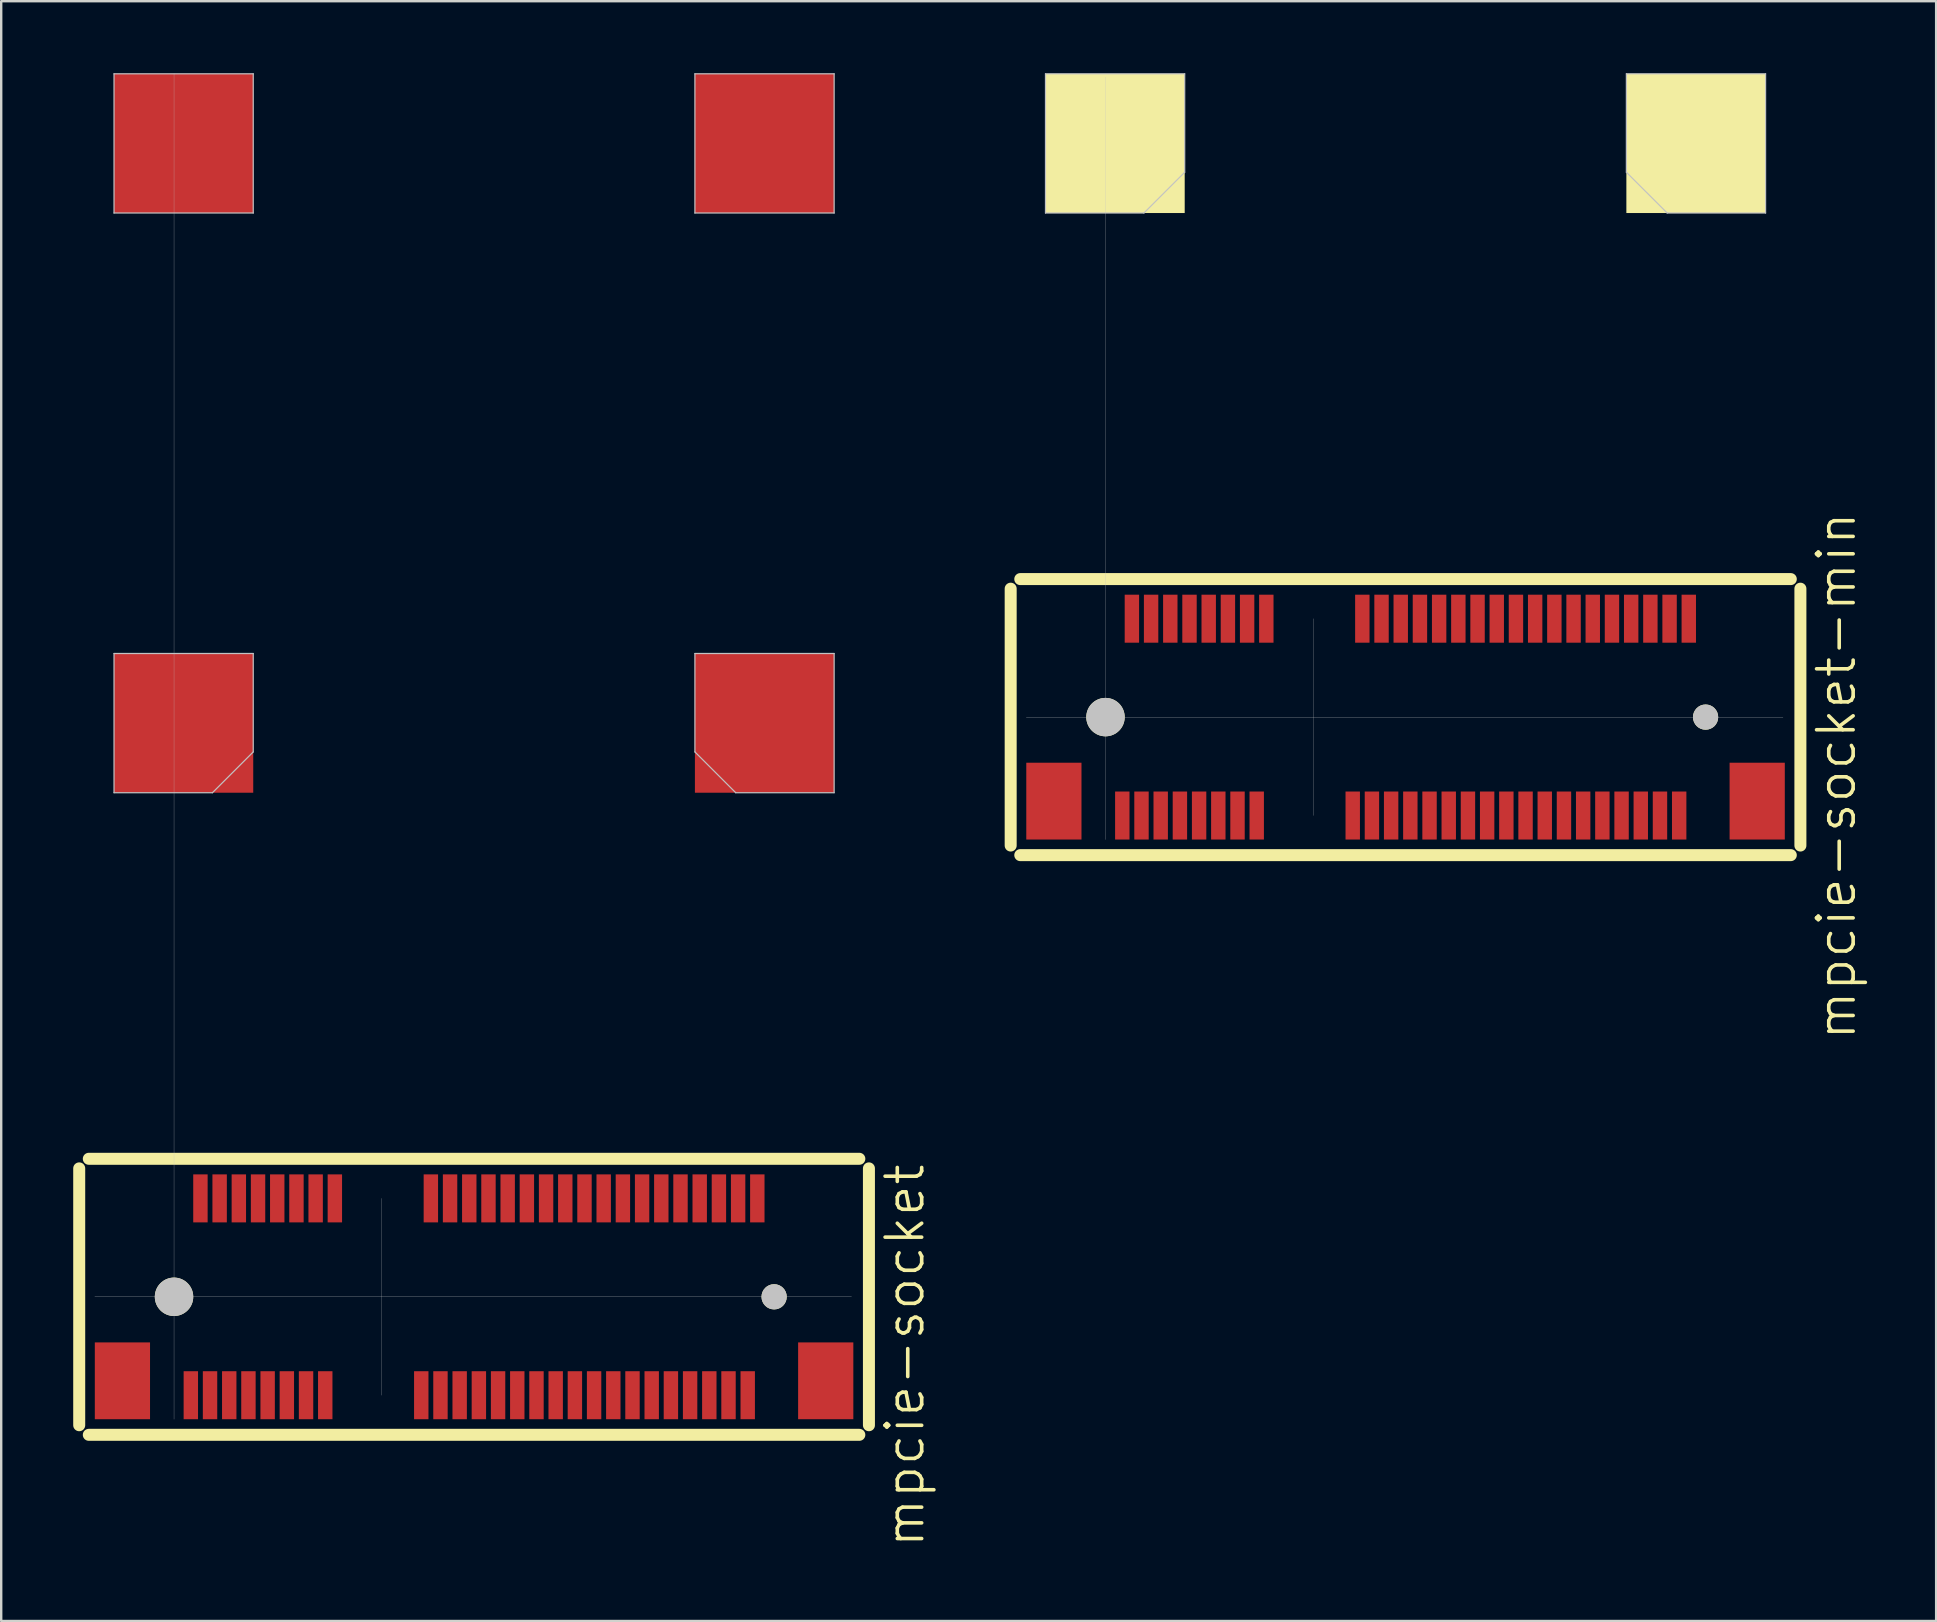
<source format=kicad_pcb>
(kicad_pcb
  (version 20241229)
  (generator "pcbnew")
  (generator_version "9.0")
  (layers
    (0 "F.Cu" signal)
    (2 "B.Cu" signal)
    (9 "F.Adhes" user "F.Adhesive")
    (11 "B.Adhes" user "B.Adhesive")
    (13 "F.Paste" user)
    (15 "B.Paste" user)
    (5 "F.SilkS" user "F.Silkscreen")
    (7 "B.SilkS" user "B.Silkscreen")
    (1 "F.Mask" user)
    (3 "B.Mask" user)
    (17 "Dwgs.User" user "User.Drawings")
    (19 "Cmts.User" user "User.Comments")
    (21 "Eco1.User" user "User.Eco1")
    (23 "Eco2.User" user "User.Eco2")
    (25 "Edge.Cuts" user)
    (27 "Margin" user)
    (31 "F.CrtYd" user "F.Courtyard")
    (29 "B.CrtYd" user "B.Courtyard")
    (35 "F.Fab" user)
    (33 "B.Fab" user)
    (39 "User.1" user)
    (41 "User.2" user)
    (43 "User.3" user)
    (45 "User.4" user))
  (footprint "mpcie-socket-min"
    (layer "F.Cu")
    (at 43.005 26.825)
    (property "Reference" "mpcie-socket-min" (at 30.45 2.45 90) (layer "F.SilkS") (effects (font (size 1.524 1.524) (thickness 0.15))))
    (attr through_hole)
    (fp_line (start -3.95 -5.35) (end -3.95 5.35) (stroke (width 0.5) (type solid)) (layer "F.SilkS"))
    (fp_line (start -3.55 5.75) (end 28.55 5.75) (stroke (width 0.5) (type solid)) (layer "F.SilkS"))
    (fp_line (start 28.55 -5.75) (end -3.55 -5.75) (stroke (width 0.5) (type solid)) (layer "F.SilkS"))
    (fp_line (start 28.95 5.35) (end 28.95 -5.35) (stroke (width 0.5) (type solid)) (layer "F.SilkS"))
    (fp_line (start -3.3 0) (end 28.225 0) (stroke (width 0.01) (type solid)) (layer "Dwgs.User"))
    (fp_line (start -2.5 -26.8) (end -2.5 -21) (stroke (width 0.05) (type solid)) (layer "Dwgs.User"))
    (fp_line (start -2.5 -21) (end 1.6 -21) (stroke (width 0.05) (type solid)) (layer "Dwgs.User"))
    (fp_line (start 0 -26.67) (end 0 5.1) (stroke (width 0.01) (type solid)) (layer "Dwgs.User"))
    (fp_line (start 3.3 -26.8) (end -2.5 -26.8) (stroke (width 0.05) (type solid)) (layer "Dwgs.User"))
    (fp_line (start 3.3 -22.7) (end 1.6 -21) (stroke (width 0.05) (type solid)) (layer "Dwgs.User"))
    (fp_line (start 3.3 -22.7) (end 3.3 -26.8) (stroke (width 0.05) (type solid)) (layer "Dwgs.User"))
    (fp_line (start 8.65 4.1) (end 8.65 -4.1) (stroke (width 0.01) (type solid)) (layer "Dwgs.User"))
    (fp_line (start 21.7 -26.8) (end 27.5 -26.8) (stroke (width 0.05) (type solid)) (layer "Dwgs.User"))
    (fp_line (start 21.7 -22.7) (end 21.7 -26.8) (stroke (width 0.05) (type solid)) (layer "Dwgs.User"))
    (fp_line (start 21.7 -22.7) (end 23.4 -21) (stroke (width 0.05) (type solid)) (layer "Dwgs.User"))
    (fp_line (start 27.5 -26.8) (end 27.5 -21) (stroke (width 0.05) (type solid)) (layer "Dwgs.User"))
    (fp_line (start 27.5 -21) (end 23.4 -21) (stroke (width 0.05) (type solid)) (layer "Dwgs.User"))
    (pad "" smd rect (at -2.15 3.5) (size 2.3 3.2) (layers "F.Cu" "F.Mask" "F.Paste"))
    (pad "" connect circle (at 0 0) (size 1.6 1.6) (layers "F.SilkS" "Dwgs.User"))
    (pad "" connect rect (at 0.4 -23.9) (size 5.8 5.8) (layers "F.SilkS"))
    (pad "" connect rect (at 24.6 -23.9) (size 5.8 5.8) (layers "F.SilkS"))
    (pad "" connect circle (at 25 0) (size 1.05 1.05) (layers "F.SilkS" "Dwgs.User"))
    (pad "" smd rect (at 27.15 3.5) (size 2.3 3.2) (layers "F.Cu" "F.Mask" "F.Paste"))
    (pad "1" smd rect (at 0.7 4.1) (size 0.6 2) (layers "F.Cu" "F.Mask" "F.Paste"))
    (pad "2" smd rect (at 1.1 -4.1) (size 0.6 2) (layers "F.Cu" "F.Mask" "F.Paste"))
    (pad "3" smd rect (at 1.5 4.1) (size 0.6 2) (layers "F.Cu" "F.Mask" "F.Paste"))
    (pad "4" smd rect (at 1.9 -4.1) (size 0.6 2) (layers "F.Cu" "F.Mask" "F.Paste"))
    (pad "5" smd rect (at 2.3 4.1) (size 0.6 2) (layers "F.Cu" "F.Mask" "F.Paste"))
    (pad "6" smd rect (at 2.7 -4.1) (size 0.6 2) (layers "F.Cu" "F.Mask" "F.Paste"))
    (pad "7" smd rect (at 3.1 4.1) (size 0.6 2) (layers "F.Cu" "F.Mask" "F.Paste"))
    (pad "8" smd rect (at 3.5 -4.1) (size 0.6 2) (layers "F.Cu" "F.Mask" "F.Paste"))
    (pad "9" smd rect (at 3.9 4.1) (size 0.6 2) (layers "F.Cu" "F.Mask" "F.Paste"))
    (pad "10" smd rect (at 4.3 -4.1) (size 0.6 2) (layers "F.Cu" "F.Mask" "F.Paste"))
    (pad "11" smd rect (at 4.7 4.1) (size 0.6 2) (layers "F.Cu" "F.Mask" "F.Paste"))
    (pad "12" smd rect (at 5.1 -4.1) (size 0.6 2) (layers "F.Cu" "F.Mask" "F.Paste"))
    (pad "13" smd rect (at 5.5 4.1) (size 0.6 2) (layers "F.Cu" "F.Mask" "F.Paste"))
    (pad "14" smd rect (at 5.9 -4.1) (size 0.6 2) (layers "F.Cu" "F.Mask" "F.Paste"))
    (pad "15" smd rect (at 6.3 4.1) (size 0.6 2) (layers "F.Cu" "F.Mask" "F.Paste"))
    (pad "16" smd rect (at 6.7 -4.1) (size 0.6 2) (layers "F.Cu" "F.Mask" "F.Paste"))
    (pad "17" smd rect (at 10.3 4.1) (size 0.6 2) (layers "F.Cu" "F.Mask" "F.Paste"))
    (pad "18" smd rect (at 10.7 -4.1) (size 0.6 2) (layers "F.Cu" "F.Mask" "F.Paste"))
    (pad "19" smd rect (at 11.1 4.1) (size 0.6 2) (layers "F.Cu" "F.Mask" "F.Paste"))
    (pad "20" smd rect (at 11.5 -4.1) (size 0.6 2) (layers "F.Cu" "F.Mask" "F.Paste"))
    (pad "21" smd rect (at 11.9 4.1) (size 0.6 2) (layers "F.Cu" "F.Mask" "F.Paste"))
    (pad "22" smd rect (at 12.3 -4.1) (size 0.6 2) (layers "F.Cu" "F.Mask" "F.Paste"))
    (pad "23" smd rect (at 12.7 4.1) (size 0.6 2) (layers "F.Cu" "F.Mask" "F.Paste"))
    (pad "24" smd rect (at 13.1 -4.1) (size 0.6 2) (layers "F.Cu" "F.Mask" "F.Paste"))
    (pad "25" smd rect (at 13.5 4.1) (size 0.6 2) (layers "F.Cu" "F.Mask" "F.Paste"))
    (pad "26" smd rect (at 13.9 -4.1) (size 0.6 2) (layers "F.Cu" "F.Mask" "F.Paste"))
    (pad "27" smd rect (at 14.3 4.1) (size 0.6 2) (layers "F.Cu" "F.Mask" "F.Paste"))
    (pad "28" smd rect (at 14.7 -4.1) (size 0.6 2) (layers "F.Cu" "F.Mask" "F.Paste"))
    (pad "29" smd rect (at 15.1 4.1) (size 0.6 2) (layers "F.Cu" "F.Mask" "F.Paste"))
    (pad "30" smd rect (at 15.5 -4.1) (size 0.6 2) (layers "F.Cu" "F.Mask" "F.Paste"))
    (pad "31" smd rect (at 15.9 4.1) (size 0.6 2) (layers "F.Cu" "F.Mask" "F.Paste"))
    (pad "32" smd rect (at 16.3 -4.1) (size 0.6 2) (layers "F.Cu" "F.Mask" "F.Paste"))
    (pad "33" smd rect (at 16.7 4.1) (size 0.6 2) (layers "F.Cu" "F.Mask" "F.Paste"))
    (pad "34" smd rect (at 17.1 -4.1) (size 0.6 2) (layers "F.Cu" "F.Mask" "F.Paste"))
    (pad "35" smd rect (at 17.5 4.1) (size 0.6 2) (layers "F.Cu" "F.Mask" "F.Paste"))
    (pad "36" smd rect (at 17.9 -4.1) (size 0.6 2) (layers "F.Cu" "F.Mask" "F.Paste"))
    (pad "37" smd rect (at 18.3 4.1) (size 0.6 2) (layers "F.Cu" "F.Mask" "F.Paste"))
    (pad "38" smd rect (at 18.7 -4.1) (size 0.6 2) (layers "F.Cu" "F.Mask" "F.Paste"))
    (pad "39" smd rect (at 19.1 4.1) (size 0.6 2) (layers "F.Cu" "F.Mask" "F.Paste"))
    (pad "40" smd rect (at 19.5 -4.1) (size 0.6 2) (layers "F.Cu" "F.Mask" "F.Paste"))
    (pad "41" smd rect (at 19.9 4.1) (size 0.6 2) (layers "F.Cu" "F.Mask" "F.Paste"))
    (pad "42" smd rect (at 20.3 -4.1) (size 0.6 2) (layers "F.Cu" "F.Mask" "F.Paste"))
    (pad "43" smd rect (at 20.7 4.1) (size 0.6 2) (layers "F.Cu" "F.Mask" "F.Paste"))
    (pad "44" smd rect (at 21.1 -4.1) (size 0.6 2) (layers "F.Cu" "F.Mask" "F.Paste"))
    (pad "45" smd rect (at 21.5 4.1) (size 0.6 2) (layers "F.Cu" "F.Mask" "F.Paste"))
    (pad "46" smd rect (at 21.9 -4.1) (size 0.6 2) (layers "F.Cu" "F.Mask" "F.Paste"))
    (pad "47" smd rect (at 22.3 4.1) (size 0.6 2) (layers "F.Cu" "F.Mask" "F.Paste"))
    (pad "48" smd rect (at 22.7 -4.1) (size 0.6 2) (layers "F.Cu" "F.Mask" "F.Paste"))
    (pad "49" smd rect (at 23.1 4.1) (size 0.6 2) (layers "F.Cu" "F.Mask" "F.Paste"))
    (pad "50" smd rect (at 23.5 -4.1) (size 0.6 2) (layers "F.Cu" "F.Mask" "F.Paste"))
    (pad "51" smd rect (at 23.9 4.1) (size 0.6 2) (layers "F.Cu" "F.Mask" "F.Paste"))
    (pad "52" smd rect (at 24.3 -4.1) (size 0.6 2) (layers "F.Cu" "F.Mask" "F.Paste")))
  (footprint "mpcie-socket"
    (layer "F.Cu")
    (at 4.2 50.975)
    (property "Reference" "mpcie-socket" (at 30.45 2.45 90) (layer "F.SilkS") (effects (font (size 1.524 1.524) (thickness 0.15))))
    (attr through_hole)
    (fp_line (start -3.95 -5.35) (end -3.95 5.35) (stroke (width 0.5) (type solid)) (layer "F.SilkS"))
    (fp_line (start -3.55 5.75) (end 28.55 5.75) (stroke (width 0.5) (type solid)) (layer "F.SilkS"))
    (fp_line (start 28.55 -5.75) (end -3.55 -5.75) (stroke (width 0.5) (type solid)) (layer "F.SilkS"))
    (fp_line (start 28.95 5.35) (end 28.95 -5.35) (stroke (width 0.5) (type solid)) (layer "F.SilkS"))
    (fp_line (start -3.3 0) (end 28.225 0) (stroke (width 0.01) (type solid)) (layer "Dwgs.User"))
    (fp_line (start -2.5 -50.95) (end -2.5 -45.15) (stroke (width 0.05) (type solid)) (layer "Dwgs.User"))
    (fp_line (start -2.5 -50.95) (end 3.3 -50.95) (stroke (width 0.05) (type solid)) (layer "Dwgs.User"))
    (fp_line (start -2.5 -45.15) (end 3.3 -45.15) (stroke (width 0.05) (type solid)) (layer "Dwgs.User"))
    (fp_line (start -2.5 -26.8) (end -2.5 -21) (stroke (width 0.05) (type solid)) (layer "Dwgs.User"))
    (fp_line (start -2.5 -21) (end 1.6 -21) (stroke (width 0.05) (type solid)) (layer "Dwgs.User"))
    (fp_line (start 0 -50.95) (end 0 5.1) (stroke (width 0.01) (type solid)) (layer "Dwgs.User"))
    (fp_line (start 3.3 -50.95) (end 3.3 -45.15) (stroke (width 0.05) (type solid)) (layer "Dwgs.User"))
    (fp_line (start 3.3 -26.8) (end -2.5 -26.8) (stroke (width 0.05) (type solid)) (layer "Dwgs.User"))
    (fp_line (start 3.3 -22.7) (end 1.6 -21) (stroke (width 0.05) (type solid)) (layer "Dwgs.User"))
    (fp_line (start 3.3 -22.7) (end 3.3 -26.8) (stroke (width 0.05) (type solid)) (layer "Dwgs.User"))
    (fp_line (start 8.65 4.1) (end 8.65 -4.1) (stroke (width 0.01) (type solid)) (layer "Dwgs.User"))
    (fp_line (start 21.7 -50.95) (end 21.7 -45.15) (stroke (width 0.05) (type solid)) (layer "Dwgs.User"))
    (fp_line (start 21.7 -50.95) (end 27.5 -50.95) (stroke (width 0.05) (type solid)) (layer "Dwgs.User"))
    (fp_line (start 21.7 -45.15) (end 27.5 -45.15) (stroke (width 0.05) (type solid)) (layer "Dwgs.User"))
    (fp_line (start 21.7 -26.8) (end 27.5 -26.8) (stroke (width 0.05) (type solid)) (layer "Dwgs.User"))
    (fp_line (start 21.7 -22.7) (end 21.7 -26.8) (stroke (width 0.05) (type solid)) (layer "Dwgs.User"))
    (fp_line (start 21.7 -22.7) (end 23.4 -21) (stroke (width 0.05) (type solid)) (layer "Dwgs.User"))
    (fp_line (start 27.5 -50.95) (end 27.5 -45.15) (stroke (width 0.05) (type solid)) (layer "Dwgs.User"))
    (fp_line (start 27.5 -26.8) (end 27.5 -21) (stroke (width 0.05) (type solid)) (layer "Dwgs.User"))
    (fp_line (start 27.5 -21) (end 23.4 -21) (stroke (width 0.05) (type solid)) (layer "Dwgs.User"))
    (pad "" smd rect (at -2.15 3.5) (size 2.3 3.2) (layers "F.Cu" "F.Mask" "F.Paste"))
    (pad "" connect circle (at 0 0) (size 1.6 1.6) (layers "F.SilkS" "Dwgs.User"))
    (pad "" smd rect (at 0.4 -48.05) (size 5.8 5.8) (layers "F.Cu" "F.Mask"))
    (pad "" smd rect (at 0.4 -23.9) (size 5.8 5.8) (layers "F.Cu" "F.Mask"))
    (pad "" smd rect (at 24.6 -48.05) (size 5.8 5.8) (layers "F.Cu" "F.Mask"))
    (pad "" smd rect (at 24.6 -23.9) (size 5.8 5.8) (layers "F.Cu" "F.Mask"))
    (pad "" connect circle (at 25 0) (size 1.05 1.05) (layers "F.SilkS" "Dwgs.User"))
    (pad "" smd rect (at 27.15 3.5) (size 2.3 3.2) (layers "F.Cu" "F.Mask" "F.Paste"))
    (pad "1" smd rect (at 0.7 4.1) (size 0.6 2) (layers "F.Cu" "F.Mask" "F.Paste"))
    (pad "2" smd rect (at 1.1 -4.1) (size 0.6 2) (layers "F.Cu" "F.Mask" "F.Paste"))
    (pad "3" smd rect (at 1.5 4.1) (size 0.6 2) (layers "F.Cu" "F.Mask" "F.Paste"))
    (pad "4" smd rect (at 1.9 -4.1) (size 0.6 2) (layers "F.Cu" "F.Mask" "F.Paste"))
    (pad "5" smd rect (at 2.3 4.1) (size 0.6 2) (layers "F.Cu" "F.Mask" "F.Paste"))
    (pad "6" smd rect (at 2.7 -4.1) (size 0.6 2) (layers "F.Cu" "F.Mask" "F.Paste"))
    (pad "7" smd rect (at 3.1 4.1) (size 0.6 2) (layers "F.Cu" "F.Mask" "F.Paste"))
    (pad "8" smd rect (at 3.5 -4.1) (size 0.6 2) (layers "F.Cu" "F.Mask" "F.Paste"))
    (pad "9" smd rect (at 3.9 4.1) (size 0.6 2) (layers "F.Cu" "F.Mask" "F.Paste"))
    (pad "10" smd rect (at 4.3 -4.1) (size 0.6 2) (layers "F.Cu" "F.Mask" "F.Paste"))
    (pad "11" smd rect (at 4.7 4.1) (size 0.6 2) (layers "F.Cu" "F.Mask" "F.Paste"))
    (pad "12" smd rect (at 5.1 -4.1) (size 0.6 2) (layers "F.Cu" "F.Mask" "F.Paste"))
    (pad "13" smd rect (at 5.5 4.1) (size 0.6 2) (layers "F.Cu" "F.Mask" "F.Paste"))
    (pad "14" smd rect (at 5.9 -4.1) (size 0.6 2) (layers "F.Cu" "F.Mask" "F.Paste"))
    (pad "15" smd rect (at 6.3 4.1) (size 0.6 2) (layers "F.Cu" "F.Mask" "F.Paste"))
    (pad "16" smd rect (at 6.7 -4.1) (size 0.6 2) (layers "F.Cu" "F.Mask" "F.Paste"))
    (pad "17" smd rect (at 10.3 4.1) (size 0.6 2) (layers "F.Cu" "F.Mask" "F.Paste"))
    (pad "18" smd rect (at 10.7 -4.1) (size 0.6 2) (layers "F.Cu" "F.Mask" "F.Paste"))
    (pad "19" smd rect (at 11.1 4.1) (size 0.6 2) (layers "F.Cu" "F.Mask" "F.Paste"))
    (pad "20" smd rect (at 11.5 -4.1) (size 0.6 2) (layers "F.Cu" "F.Mask" "F.Paste"))
    (pad "21" smd rect (at 11.9 4.1) (size 0.6 2) (layers "F.Cu" "F.Mask" "F.Paste"))
    (pad "22" smd rect (at 12.3 -4.1) (size 0.6 2) (layers "F.Cu" "F.Mask" "F.Paste"))
    (pad "23" smd rect (at 12.7 4.1) (size 0.6 2) (layers "F.Cu" "F.Mask" "F.Paste"))
    (pad "24" smd rect (at 13.1 -4.1) (size 0.6 2) (layers "F.Cu" "F.Mask" "F.Paste"))
    (pad "25" smd rect (at 13.5 4.1) (size 0.6 2) (layers "F.Cu" "F.Mask" "F.Paste"))
    (pad "26" smd rect (at 13.9 -4.1) (size 0.6 2) (layers "F.Cu" "F.Mask" "F.Paste"))
    (pad "27" smd rect (at 14.3 4.1) (size 0.6 2) (layers "F.Cu" "F.Mask" "F.Paste"))
    (pad "28" smd rect (at 14.7 -4.1) (size 0.6 2) (layers "F.Cu" "F.Mask" "F.Paste"))
    (pad "29" smd rect (at 15.1 4.1) (size 0.6 2) (layers "F.Cu" "F.Mask" "F.Paste"))
    (pad "30" smd rect (at 15.5 -4.1) (size 0.6 2) (layers "F.Cu" "F.Mask" "F.Paste"))
    (pad "31" smd rect (at 15.9 4.1) (size 0.6 2) (layers "F.Cu" "F.Mask" "F.Paste"))
    (pad "32" smd rect (at 16.3 -4.1) (size 0.6 2) (layers "F.Cu" "F.Mask" "F.Paste"))
    (pad "33" smd rect (at 16.7 4.1) (size 0.6 2) (layers "F.Cu" "F.Mask" "F.Paste"))
    (pad "34" smd rect (at 17.1 -4.1) (size 0.6 2) (layers "F.Cu" "F.Mask" "F.Paste"))
    (pad "35" smd rect (at 17.5 4.1) (size 0.6 2) (layers "F.Cu" "F.Mask" "F.Paste"))
    (pad "36" smd rect (at 17.9 -4.1) (size 0.6 2) (layers "F.Cu" "F.Mask" "F.Paste"))
    (pad "37" smd rect (at 18.3 4.1) (size 0.6 2) (layers "F.Cu" "F.Mask" "F.Paste"))
    (pad "38" smd rect (at 18.7 -4.1) (size 0.6 2) (layers "F.Cu" "F.Mask" "F.Paste"))
    (pad "39" smd rect (at 19.1 4.1) (size 0.6 2) (layers "F.Cu" "F.Mask" "F.Paste"))
    (pad "40" smd rect (at 19.5 -4.1) (size 0.6 2) (layers "F.Cu" "F.Mask" "F.Paste"))
    (pad "41" smd rect (at 19.9 4.1) (size 0.6 2) (layers "F.Cu" "F.Mask" "F.Paste"))
    (pad "42" smd rect (at 20.3 -4.1) (size 0.6 2) (layers "F.Cu" "F.Mask" "F.Paste"))
    (pad "43" smd rect (at 20.7 4.1) (size 0.6 2) (layers "F.Cu" "F.Mask" "F.Paste"))
    (pad "44" smd rect (at 21.1 -4.1) (size 0.6 2) (layers "F.Cu" "F.Mask" "F.Paste"))
    (pad "45" smd rect (at 21.5 4.1) (size 0.6 2) (layers "F.Cu" "F.Mask" "F.Paste"))
    (pad "46" smd rect (at 21.9 -4.1) (size 0.6 2) (layers "F.Cu" "F.Mask" "F.Paste"))
    (pad "47" smd rect (at 22.3 4.1) (size 0.6 2) (layers "F.Cu" "F.Mask" "F.Paste"))
    (pad "48" smd rect (at 22.7 -4.1) (size 0.6 2) (layers "F.Cu" "F.Mask" "F.Paste"))
    (pad "49" smd rect (at 23.1 4.1) (size 0.6 2) (layers "F.Cu" "F.Mask" "F.Paste"))
    (pad "50" smd rect (at 23.5 -4.1) (size 0.6 2) (layers "F.Cu" "F.Mask" "F.Paste"))
    (pad "51" smd rect (at 23.9 4.1) (size 0.6 2) (layers "F.Cu" "F.Mask" "F.Paste"))
    (pad "52" smd rect (at 24.3 -4.1) (size 0.6 2) (layers "F.Cu" "F.Mask" "F.Paste")))
  (gr_rect
    (start -3 -3)
    (end 77.61 64.48)
    (stroke (width 0.1) (type default))
    (fill no)
    (layer "Edge.Cuts")))
</source>
